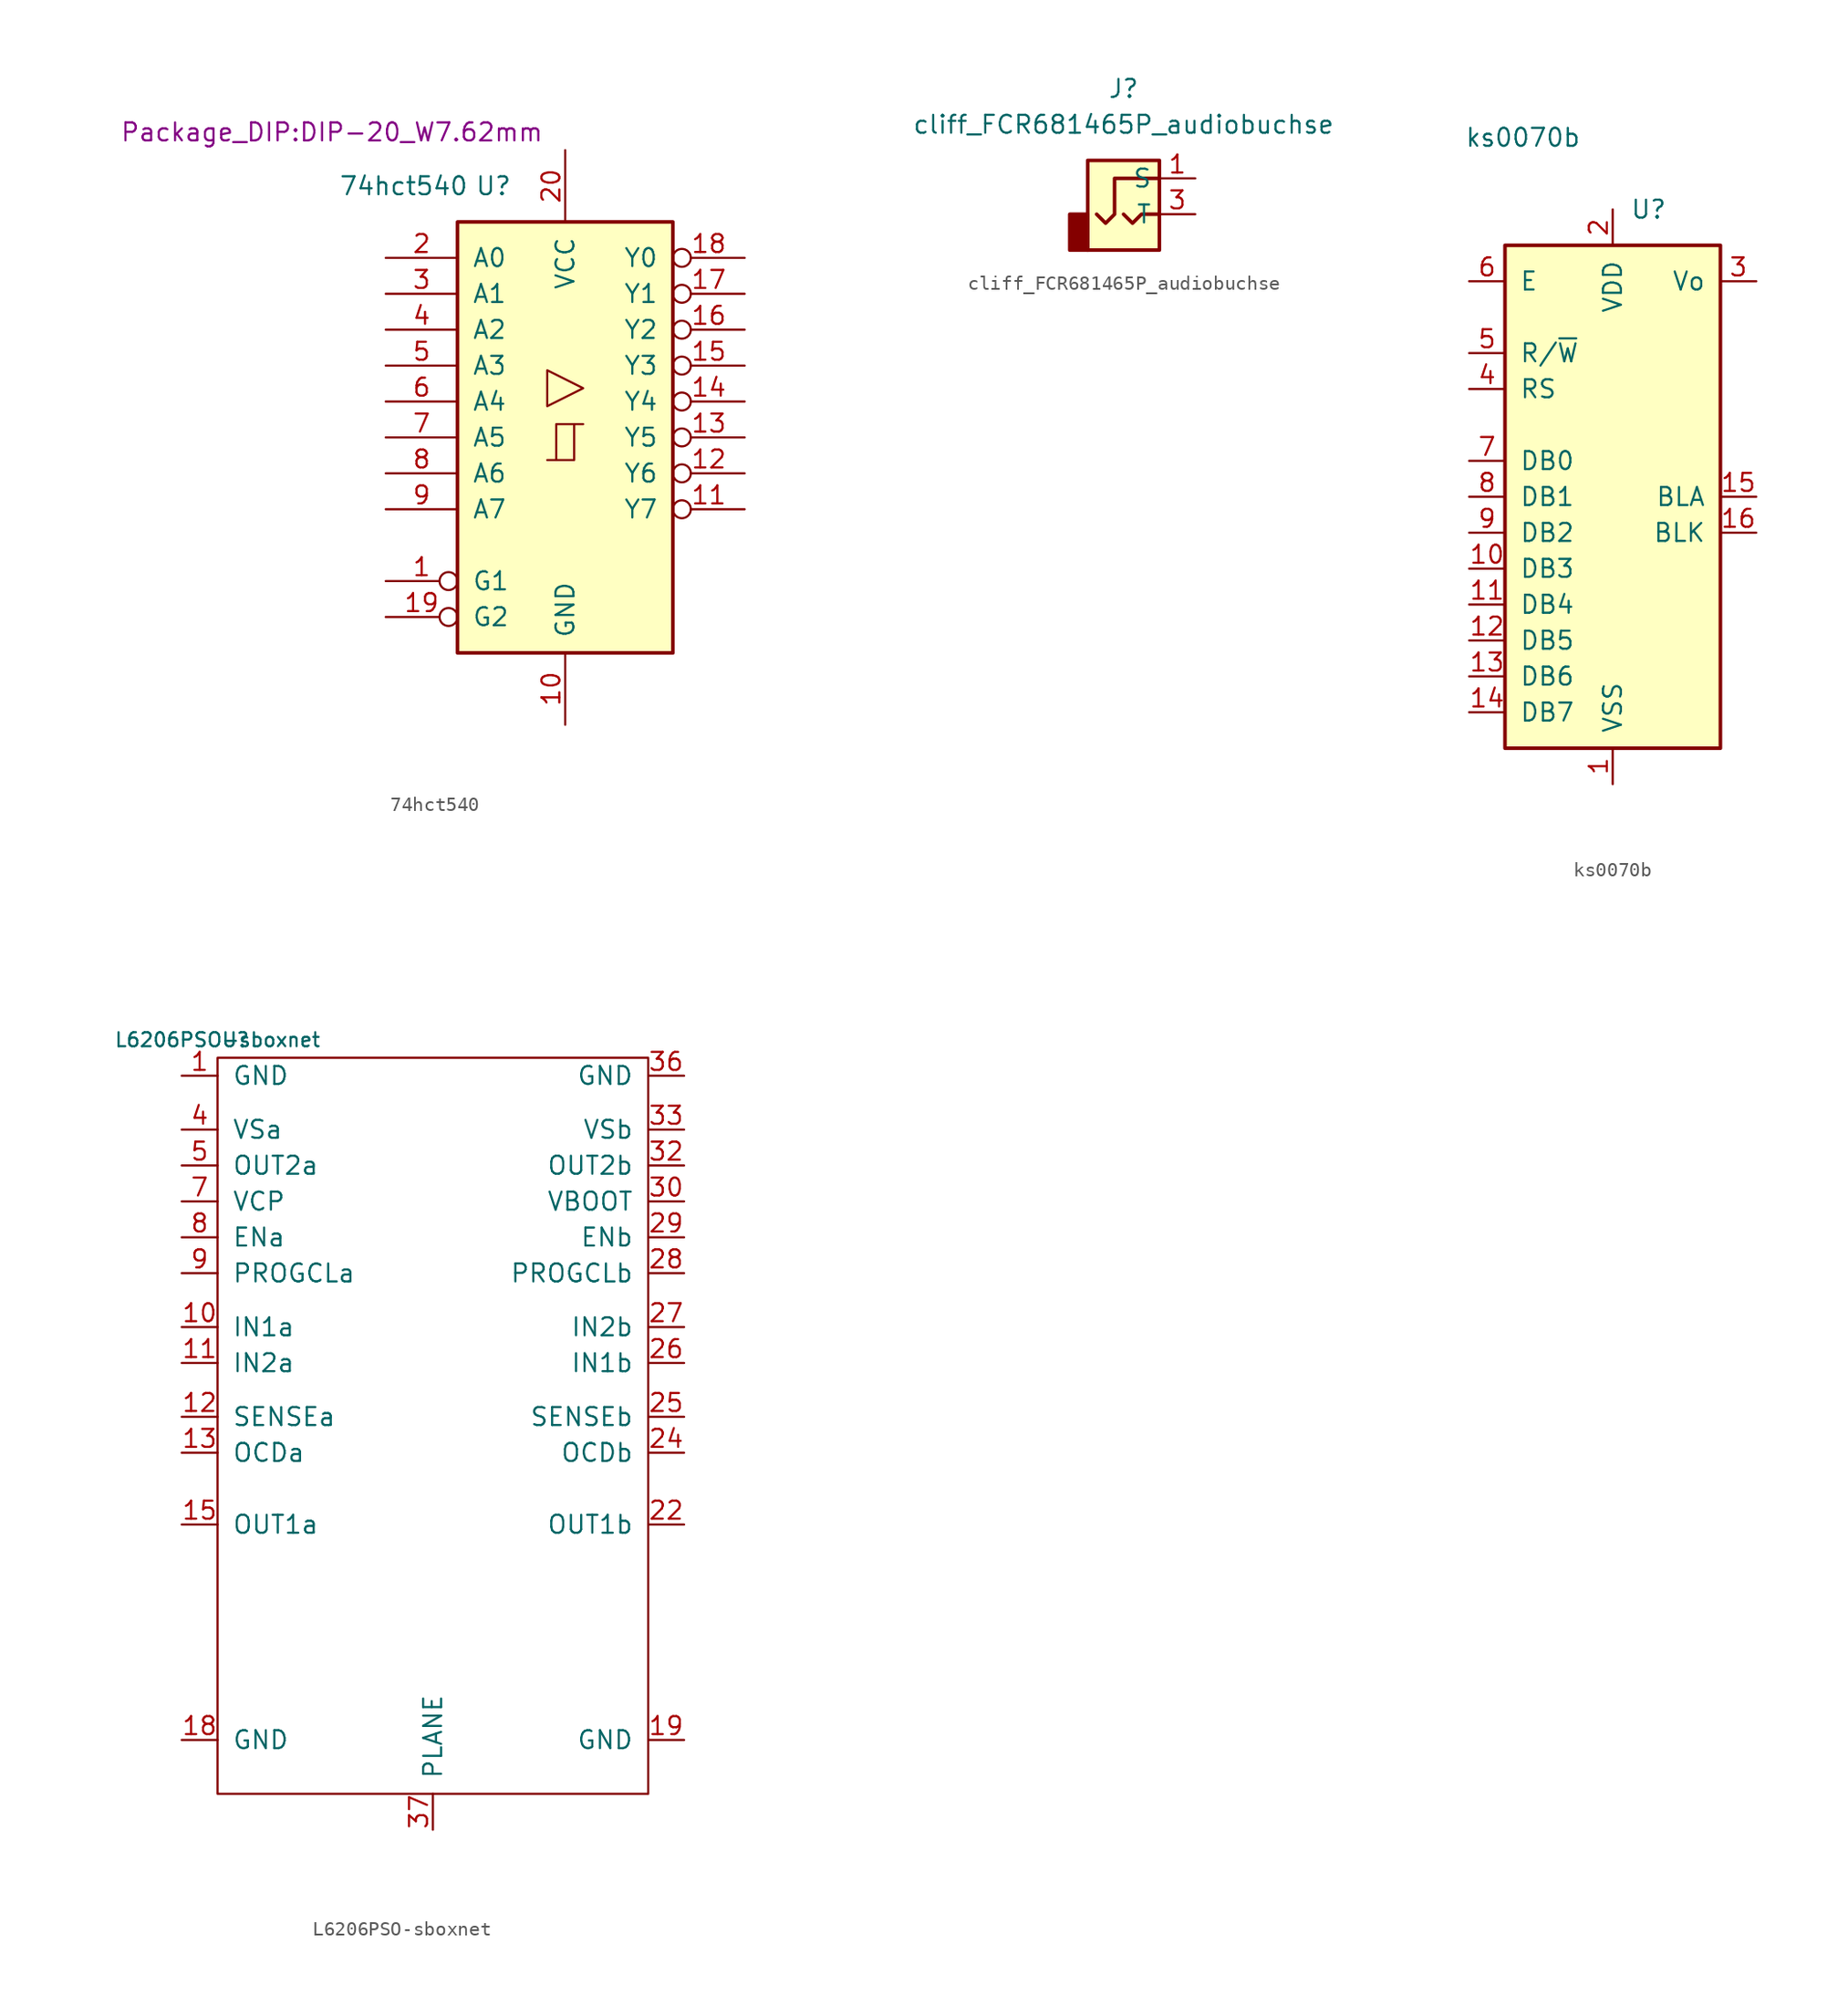
<source format=kicad_sym>
(kicad_symbol_lib
  (version 20211014)
  (generator kicad_symbol_editor)
  (symbol "74hct540"
    (pin_names
      (offset 1.016))
    (property "Reference" "U"
      (at 6.35 0 0)
      (effects (font (size 1.27 1.27))))
    (property "Value" "74hct540"
      (at 0 0 0)
      (effects (font (size 1.27 1.27))))
    (property "Footprint" "Package_DIP:DIP-20_W7.62mm"
      (at -5.08 3.81 0)
      (effects (font (size 1.27 1.27))))
    (symbol "74hct540_1_1"
      (polyline (pts (xy 10.795 -19.38) (xy 10.795 -16.84) (xy 12.065 -16.84)) (stroke (width 0) (type default) (color 0 0 0 0)) (fill (type none)))
      (polyline (pts (xy 10.16 -19.38) (xy 12.065 -19.38) (xy 12.065 -16.84) (xy 12.7 -16.84)) (stroke (width 0) (type default) (color 0 0 0 0)) (fill (type none)))
      (polyline (pts (xy 12.7 -14.3) (xy 10.16 -13.03) (xy 10.16 -15.57) (xy 12.7 -14.3)) (stroke (width 0.152) (type default) (color 0 0 0 0)) (fill (type none)))
      (rectangle (start 3.81 -2.54) (end 19.05 -33.02) (stroke (width 0.254) (type default) (color 0 0 0 0)) (fill (type background)))
      (pin input inverted (at -1.27 -27.94 0) (length 5.08) (name "G1" (effects (font (size 1.27 1.27)))) (number "1" (effects (font (size 1.27 1.27)))))
      (pin power_in line (at 11.43 -38.1 90) (length 5.08) (name "GND" (effects (font (size 1.27 1.27)))) (number "10" (effects (font (size 1.27 1.27)))))
      (pin tri_state inverted (at 24.13 -22.86 180) (length 5.08) (name "Y7" (effects (font (size 1.27 1.27)))) (number "11" (effects (font (size 1.27 1.27)))))
      (pin tri_state inverted (at 24.13 -20.32 180) (length 5.08) (name "Y6" (effects (font (size 1.27 1.27)))) (number "12" (effects (font (size 1.27 1.27)))))
      (pin tri_state inverted (at 24.13 -17.78 180) (length 5.08) (name "Y5" (effects (font (size 1.27 1.27)))) (number "13" (effects (font (size 1.27 1.27)))))
      (pin tri_state inverted (at 24.13 -15.24 180) (length 5.08) (name "Y4" (effects (font (size 1.27 1.27)))) (number "14" (effects (font (size 1.27 1.27)))))
      (pin tri_state inverted (at 24.13 -12.7 180) (length 5.08) (name "Y3" (effects (font (size 1.27 1.27)))) (number "15" (effects (font (size 1.27 1.27)))))
      (pin tri_state inverted (at 24.13 -10.16 180) (length 5.08) (name "Y2" (effects (font (size 1.27 1.27)))) (number "16" (effects (font (size 1.27 1.27)))))
      (pin tri_state inverted (at 24.13 -7.62 180) (length 5.08) (name "Y1" (effects (font (size 1.27 1.27)))) (number "17" (effects (font (size 1.27 1.27)))))
      (pin tri_state inverted (at 24.13 -5.08 180) (length 5.08) (name "Y0" (effects (font (size 1.27 1.27)))) (number "18" (effects (font (size 1.27 1.27)))))
      (pin input inverted (at -1.27 -30.48 0) (length 5.08) (name "G2" (effects (font (size 1.27 1.27)))) (number "19" (effects (font (size 1.27 1.27)))))
      (pin input line (at -1.27 -5.08 0) (length 5.08) (name "A0" (effects (font (size 1.27 1.27)))) (number "2" (effects (font (size 1.27 1.27)))))
      (pin power_in line (at 11.43 2.54 270) (length 5.08) (name "VCC" (effects (font (size 1.27 1.27)))) (number "20" (effects (font (size 1.27 1.27)))))
      (pin input line (at -1.27 -7.62 0) (length 5.08) (name "A1" (effects (font (size 1.27 1.27)))) (number "3" (effects (font (size 1.27 1.27)))))
      (pin input line (at -1.27 -10.16 0) (length 5.08) (name "A2" (effects (font (size 1.27 1.27)))) (number "4" (effects (font (size 1.27 1.27)))))
      (pin input line (at -1.27 -12.7 0) (length 5.08) (name "A3" (effects (font (size 1.27 1.27)))) (number "5" (effects (font (size 1.27 1.27)))))
      (pin input line (at -1.27 -15.24 0) (length 5.08) (name "A4" (effects (font (size 1.27 1.27)))) (number "6" (effects (font (size 1.27 1.27)))))
      (pin input line (at -1.27 -17.78 0) (length 5.08) (name "A5" (effects (font (size 1.27 1.27)))) (number "7" (effects (font (size 1.27 1.27)))))
      (pin input line (at -1.27 -20.32 0) (length 5.08) (name "A6" (effects (font (size 1.27 1.27)))) (number "8" (effects (font (size 1.27 1.27)))))
      (pin input line (at -1.27 -22.86 0) (length 5.08) (name "A7" (effects (font (size 1.27 1.27)))) (number "9" (effects (font (size 1.27 1.27)))))))
  (symbol "cliff_FCR681465P_audiobuchse"
    (property "Reference" "J"
      (at 0 8.89 0)
      (effects (font (size 1.27 1.27))))
    (property "Value" "cliff_FCR681465P_audiobuchse"
      (at 0 6.35 0)
      (effects (font (size 1.27 1.27))))
    (symbol "cliff_FCR681465P_audiobuchse_0_1"
      (rectangle (start -3.81 0) (end -2.54 -2.54) (stroke (width 0.254) (type default) (color 0 0 0 0)) (fill (type outline)))
      (rectangle (start -2.54 3.81) (end 2.54 -2.54) (stroke (width 0.254) (type default) (color 0 0 0 0)) (fill (type background)))
      (polyline (pts (xy 0 0) (xy 0.635 -0.635) (xy 1.27 0) (xy 2.54 0)) (stroke (width 0.254) (type default) (color 0 0 0 0)) (fill (type none)))
      (polyline (pts (xy 2.54 2.54) (xy -0.635 2.54) (xy -0.635 0) (xy -1.27 -0.635) (xy -1.905 0)) (stroke (width 0.254) (type default) (color 0 0 0 0)) (fill (type none))))
    (symbol "cliff_FCR681465P_audiobuchse_1_1"
      (pin passive line (at 5.08 2.54 180) (length 2.54) (name "S" (effects (font (size 1.27 1.27)))) (number "1" (effects (font (size 1.27 1.27)))))
      (pin passive line (at 5.08 0 180) (length 2.54) (name "T" (effects (font (size 1.27 1.27)))) (number "3" (effects (font (size 1.27 1.27)))))))
  (symbol "ks0070b"
    (pin_names
      (offset 1.016))
    (property "Reference" "U"
      (at 2.54 -2.54 0)
      (effects (font (size 1.27 1.27))))
    (property "Value" "ks0070b"
      (at -6.35 2.54 0)
      (effects (font (size 1.27 1.27))))
    (symbol "ks0070b_1_1"
      (rectangle (start -7.62 -5.08) (end 7.62 -40.64) (stroke (width 0.254) (type default) (color 0 0 0 0)) (fill (type background)))
      (pin power_in line (at 0 -43.18 90) (length 2.54) (name "VSS" (effects (font (size 1.27 1.27)))) (number "1" (effects (font (size 1.27 1.27)))))
      (pin bidirectional line (at -10.16 -27.94 0) (length 2.54) (name "DB3" (effects (font (size 1.27 1.27)))) (number "10" (effects (font (size 1.27 1.27)))))
      (pin bidirectional line (at -10.16 -30.48 0) (length 2.54) (name "DB4" (effects (font (size 1.27 1.27)))) (number "11" (effects (font (size 1.27 1.27)))))
      (pin bidirectional line (at -10.16 -33.02 0) (length 2.54) (name "DB5" (effects (font (size 1.27 1.27)))) (number "12" (effects (font (size 1.27 1.27)))))
      (pin bidirectional line (at -10.16 -35.56 0) (length 2.54) (name "DB6" (effects (font (size 1.27 1.27)))) (number "13" (effects (font (size 1.27 1.27)))))
      (pin bidirectional line (at -10.16 -38.1 0) (length 2.54) (name "DB7" (effects (font (size 1.27 1.27)))) (number "14" (effects (font (size 1.27 1.27)))))
      (pin passive line (at 10.16 -22.86 180) (length 2.54) (name "BLA" (effects (font (size 1.27 1.27)))) (number "15" (effects (font (size 1.27 1.27)))))
      (pin passive line (at 10.16 -25.4 180) (length 2.54) (name "BLK" (effects (font (size 1.27 1.27)))) (number "16" (effects (font (size 1.27 1.27)))))
      (pin power_in line (at 0 -2.54 270) (length 2.54) (name "VDD" (effects (font (size 1.27 1.27)))) (number "2" (effects (font (size 1.27 1.27)))))
      (pin input line (at 10.16 -7.62 180) (length 2.54) (name "Vo" (effects (font (size 1.27 1.27)))) (number "3" (effects (font (size 1.27 1.27)))))
      (pin input line (at -10.16 -15.24 0) (length 2.54) (name "RS" (effects (font (size 1.27 1.27)))) (number "4" (effects (font (size 1.27 1.27)))))
      (pin input line (at -10.16 -12.7 0) (length 2.54) (name "R/~{W}" (effects (font (size 1.27 1.27)))) (number "5" (effects (font (size 1.27 1.27)))))
      (pin input line (at -10.16 -7.62 0) (length 2.54) (name "E" (effects (font (size 1.27 1.27)))) (number "6" (effects (font (size 1.27 1.27)))))
      (pin bidirectional line (at -10.16 -20.32 0) (length 2.54) (name "DB0" (effects (font (size 1.27 1.27)))) (number "7" (effects (font (size 1.27 1.27)))))
      (pin bidirectional line (at -10.16 -22.86 0) (length 2.54) (name "DB1" (effects (font (size 1.27 1.27)))) (number "8" (effects (font (size 1.27 1.27)))))
      (pin bidirectional line (at -10.16 -25.4 0) (length 2.54) (name "DB2" (effects (font (size 1.27 1.27)))) (number "9" (effects (font (size 1.27 1.27)))))))
  (symbol "L6206PSO-sboxnet"
    (pin_names
      (offset 1.016))
    (property "Reference" "U"
      (at -3.81 2.54 0)
      (effects (font (size 0.991 0.991))))
    (property "Value" "L6206PSO-sboxnet"
      (at -5.08 2.54 0)
      (effects (font (size 0.991 0.991))))
    (symbol "L6206PSO-sboxnet_0_1"
      (rectangle (start -5.08 1.27) (end 25.4 -50.8) (stroke (width 0) (type default) (color 0 0 0 0)) (fill (type none))))
    (symbol "L6206PSO-sboxnet_1_1"
      (pin power_in line (at -7.62 0 0) (length 2.54) (name "GND" (effects (font (size 1.27 1.27)))) (number "1" (effects (font (size 1.27 1.27)))))
      (pin input line (at -7.62 -17.78 0) (length 2.54) (name "IN1a" (effects (font (size 1.27 1.27)))) (number "10" (effects (font (size 1.27 1.27)))))
      (pin input line (at -7.62 -20.32 0) (length 2.54) (name "IN2a" (effects (font (size 1.27 1.27)))) (number "11" (effects (font (size 1.27 1.27)))))
      (pin input line (at -7.62 -24.13 0) (length 2.54) (name "SENSEa" (effects (font (size 1.27 1.27)))) (number "12" (effects (font (size 1.27 1.27)))))
      (pin input line (at -7.62 -26.67 0) (length 2.54) (name "OCDa" (effects (font (size 1.27 1.27)))) (number "13" (effects (font (size 1.27 1.27)))))
      (pin output line (at -7.62 -31.75 0) (length 2.54) (name "OUT1a" (effects (font (size 1.27 1.27)))) (number "15" (effects (font (size 1.27 1.27)))))
      (pin power_in line (at -7.62 -46.99 0) (length 2.54) (name "GND" (effects (font (size 1.27 1.27)))) (number "18" (effects (font (size 1.27 1.27)))))
      (pin power_in line (at 27.94 -46.99 180) (length 2.54) (name "GND" (effects (font (size 1.27 1.27)))) (number "19" (effects (font (size 1.27 1.27)))))
      (pin output line (at 27.94 -31.75 180) (length 2.54) (name "OUT1b" (effects (font (size 1.27 1.27)))) (number "22" (effects (font (size 1.27 1.27)))))
      (pin input line (at 27.94 -26.67 180) (length 2.54) (name "OCDb" (effects (font (size 1.27 1.27)))) (number "24" (effects (font (size 1.27 1.27)))))
      (pin input line (at 27.94 -24.13 180) (length 2.54) (name "SENSEb" (effects (font (size 1.27 1.27)))) (number "25" (effects (font (size 1.27 1.27)))))
      (pin input line (at 27.94 -20.32 180) (length 2.54) (name "IN1b" (effects (font (size 1.27 1.27)))) (number "26" (effects (font (size 1.27 1.27)))))
      (pin input line (at 27.94 -17.78 180) (length 2.54) (name "IN2b" (effects (font (size 1.27 1.27)))) (number "27" (effects (font (size 1.27 1.27)))))
      (pin input line (at 27.94 -13.97 180) (length 2.54) (name "PROGCLb" (effects (font (size 1.27 1.27)))) (number "28" (effects (font (size 1.27 1.27)))))
      (pin input line (at 27.94 -11.43 180) (length 2.54) (name "ENb" (effects (font (size 1.27 1.27)))) (number "29" (effects (font (size 1.27 1.27)))))
      (pin input line (at 27.94 -8.89 180) (length 2.54) (name "VBOOT" (effects (font (size 1.27 1.27)))) (number "30" (effects (font (size 1.27 1.27)))))
      (pin output line (at 27.94 -6.35 180) (length 2.54) (name "OUT2b" (effects (font (size 1.27 1.27)))) (number "32" (effects (font (size 1.27 1.27)))))
      (pin input line (at 27.94 -3.81 180) (length 2.54) (name "VSb" (effects (font (size 1.27 1.27)))) (number "33" (effects (font (size 1.27 1.27)))))
      (pin power_in line (at 27.94 0 180) (length 2.54) (name "GND" (effects (font (size 1.27 1.27)))) (number "36" (effects (font (size 1.27 1.27)))))
      (pin power_in line (at 10.16 -53.34 90) (length 2.54) (name "PLANE" (effects (font (size 1.27 1.27)))) (number "37" (effects (font (size 1.27 1.27)))))
      (pin input line (at -7.62 -3.81 0) (length 2.54) (name "VSa" (effects (font (size 1.27 1.27)))) (number "4" (effects (font (size 1.27 1.27)))))
      (pin output line (at -7.62 -6.35 0) (length 2.54) (name "OUT2a" (effects (font (size 1.27 1.27)))) (number "5" (effects (font (size 1.27 1.27)))))
      (pin input line (at -7.62 -8.89 0) (length 2.54) (name "VCP" (effects (font (size 1.27 1.27)))) (number "7" (effects (font (size 1.27 1.27)))))
      (pin input line (at -7.62 -11.43 0) (length 2.54) (name "ENa" (effects (font (size 1.27 1.27)))) (number "8" (effects (font (size 1.27 1.27)))))
      (pin input line (at -7.62 -13.97 0) (length 2.54) (name "PROGCLa" (effects (font (size 1.27 1.27)))) (number "9" (effects (font (size 1.27 1.27))))))))
</source>
